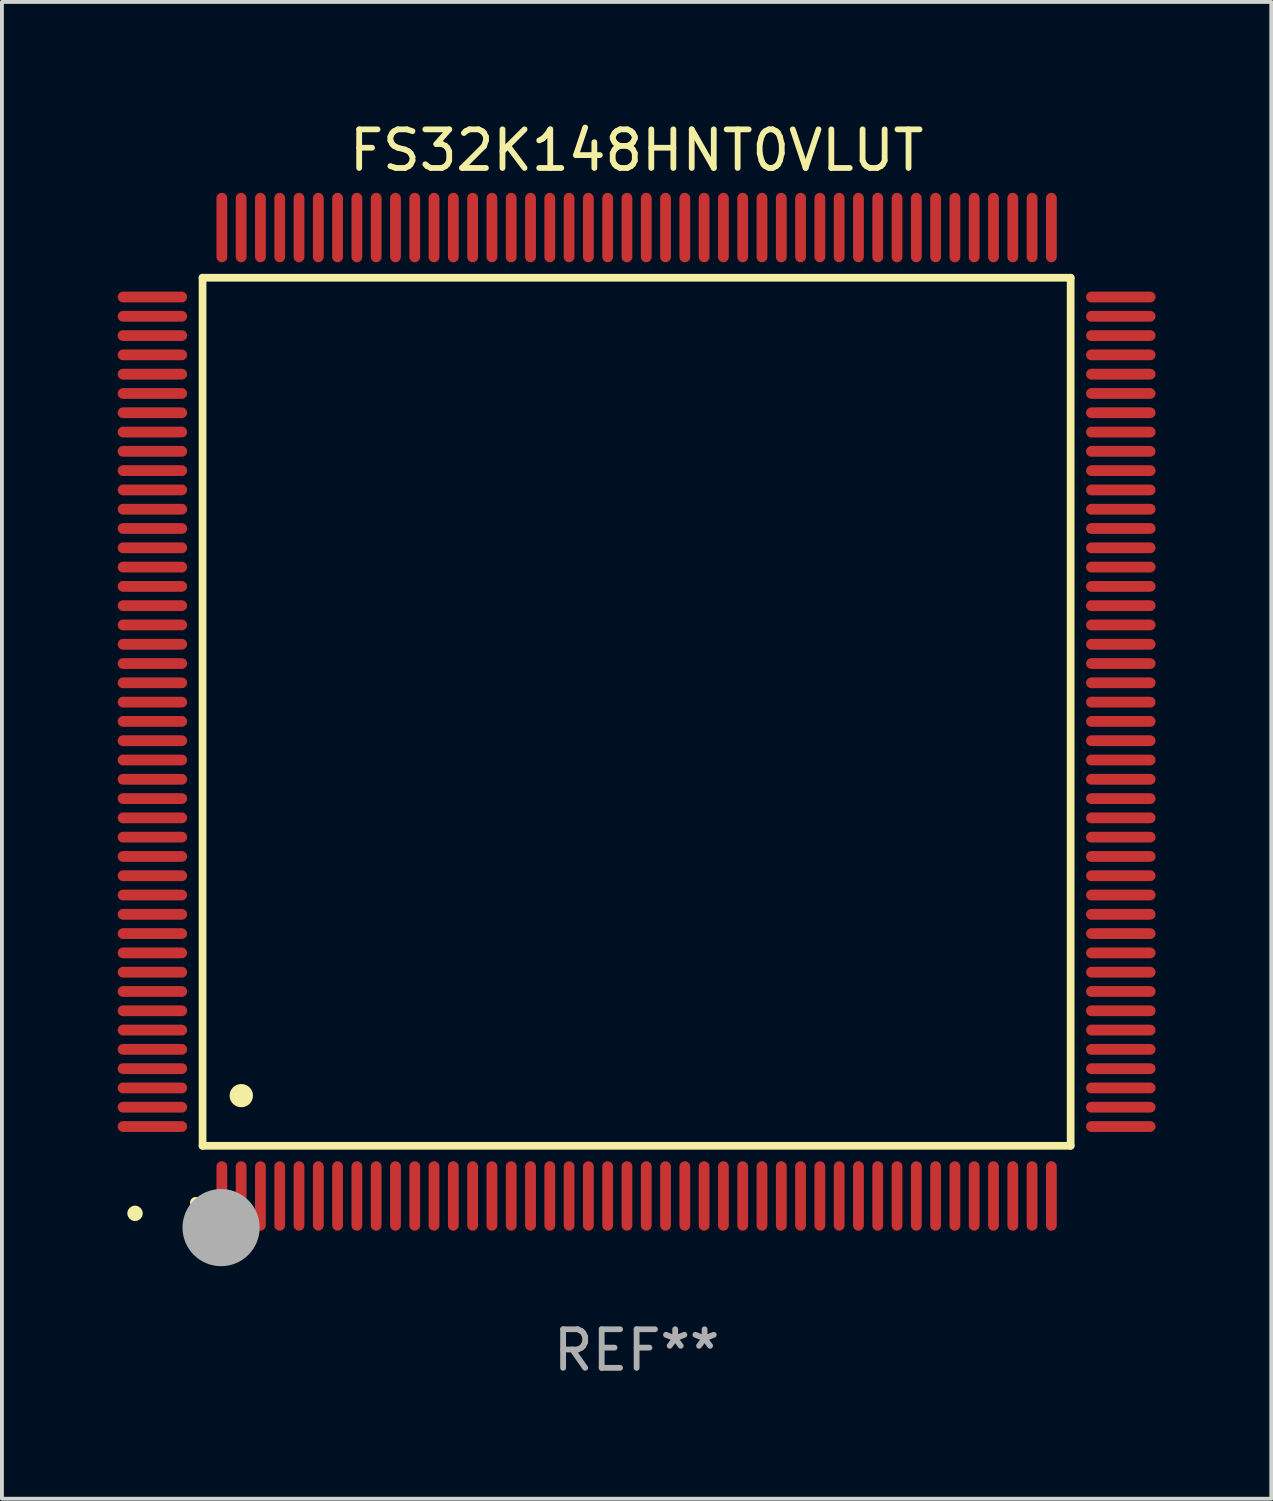
<source format=kicad_pcb>
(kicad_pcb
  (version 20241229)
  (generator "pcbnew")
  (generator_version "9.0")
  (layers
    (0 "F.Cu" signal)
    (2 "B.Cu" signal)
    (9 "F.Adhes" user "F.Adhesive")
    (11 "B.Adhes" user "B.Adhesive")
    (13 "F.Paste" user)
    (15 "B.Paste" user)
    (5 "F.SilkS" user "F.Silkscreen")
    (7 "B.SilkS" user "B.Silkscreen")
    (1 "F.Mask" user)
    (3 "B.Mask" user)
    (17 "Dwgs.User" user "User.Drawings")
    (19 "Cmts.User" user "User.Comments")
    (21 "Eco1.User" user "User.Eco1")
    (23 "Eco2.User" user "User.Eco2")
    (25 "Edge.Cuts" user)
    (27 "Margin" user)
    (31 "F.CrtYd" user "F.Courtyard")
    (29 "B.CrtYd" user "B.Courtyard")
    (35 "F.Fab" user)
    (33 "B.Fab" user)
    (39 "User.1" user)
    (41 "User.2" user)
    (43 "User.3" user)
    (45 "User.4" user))
  (footprint "FS32K148HNT0VLUT"
    (layer "F.Cu")
    (at 13.45 15.398)
    (property "Reference" "FS32K148HNT0VLUT" (at 0 -14.55 0) (layer "F.SilkS") (effects (font (size 1 1) (thickness 0.15))))
    (attr through_hole)
    (fp_line (start -11.25 -11.25) (end 11.25 -11.25) (stroke (width 0.2) (type solid)) (layer "F.SilkS"))
    (fp_line (start -11.25 11.25) (end -11.25 -11.25) (stroke (width 0.2) (type solid)) (layer "F.SilkS"))
    (fp_line (start 11.25 -11.25) (end 11.25 11.25) (stroke (width 0.2) (type solid)) (layer "F.SilkS"))
    (fp_line (start 11.25 11.25) (end -11.25 11.25) (stroke (width 0.2) (type solid)) (layer "F.SilkS"))
    (fp_arc (start -11.424943 12.725425) (mid -11.423673 12.72542) (end -11.422403 12.725425) (stroke (width 0.3) (type solid)) (layer "F.SilkS"))
    (fp_arc (start -10.24892 9.9492) (mid -10.24638 9.949189) (end -10.24384 9.9492) (stroke (width 0.6) (type solid)) (layer "F.SilkS"))
    (fp_circle (center -13 13) (end -12.9 13) (stroke (width 0.2) (type solid)) (fill no) (layer "F.SilkS"))
    (fp_circle (center -10.77 13.37) (end -10.27 13.37) (stroke (width 1) (type solid)) (fill no) (layer "F.Fab"))
    (fp_text user "REF**" (at 0 16.55 0) (layer "F.Fab") (effects (font (size 1 1) (thickness 0.15))))
    (pad "1" smd oval (at -10.75 12.55) (size 0.28 1.8) (layers "F.Cu" "F.Mask" "F.Paste"))
    (pad "2" smd oval (at -10.25 12.55) (size 0.28 1.8) (layers "F.Cu" "F.Mask" "F.Paste"))
    (pad "3" smd oval (at -9.75 12.55) (size 0.28 1.8) (layers "F.Cu" "F.Mask" "F.Paste"))
    (pad "4" smd oval (at -9.25 12.55) (size 0.28 1.8) (layers "F.Cu" "F.Mask" "F.Paste"))
    (pad "5" smd oval (at -8.75 12.55) (size 0.28 1.8) (layers "F.Cu" "F.Mask" "F.Paste"))
    (pad "6" smd oval (at -8.25 12.55) (size 0.28 1.8) (layers "F.Cu" "F.Mask" "F.Paste"))
    (pad "7" smd oval (at -7.75 12.55) (size 0.28 1.8) (layers "F.Cu" "F.Mask" "F.Paste"))
    (pad "8" smd oval (at -7.25 12.55) (size 0.28 1.8) (layers "F.Cu" "F.Mask" "F.Paste"))
    (pad "9" smd oval (at -6.75 12.55) (size 0.28 1.8) (layers "F.Cu" "F.Mask" "F.Paste"))
    (pad "10" smd oval (at -6.25 12.55) (size 0.28 1.8) (layers "F.Cu" "F.Mask" "F.Paste"))
    (pad "11" smd oval (at -5.75 12.55) (size 0.28 1.8) (layers "F.Cu" "F.Mask" "F.Paste"))
    (pad "12" smd oval (at -5.25 12.55) (size 0.28 1.8) (layers "F.Cu" "F.Mask" "F.Paste"))
    (pad "13" smd oval (at -4.75 12.55) (size 0.28 1.8) (layers "F.Cu" "F.Mask" "F.Paste"))
    (pad "14" smd oval (at -4.25 12.55) (size 0.28 1.8) (layers "F.Cu" "F.Mask" "F.Paste"))
    (pad "15" smd oval (at -3.75 12.55) (size 0.28 1.8) (layers "F.Cu" "F.Mask" "F.Paste"))
    (pad "16" smd oval (at -3.25 12.55) (size 0.28 1.8) (layers "F.Cu" "F.Mask" "F.Paste"))
    (pad "17" smd oval (at -2.75 12.55) (size 0.28 1.8) (layers "F.Cu" "F.Mask" "F.Paste"))
    (pad "18" smd oval (at -2.25 12.55) (size 0.28 1.8) (layers "F.Cu" "F.Mask" "F.Paste"))
    (pad "19" smd oval (at -1.75 12.55) (size 0.28 1.8) (layers "F.Cu" "F.Mask" "F.Paste"))
    (pad "20" smd oval (at -1.25 12.55) (size 0.28 1.8) (layers "F.Cu" "F.Mask" "F.Paste"))
    (pad "21" smd oval (at -0.75 12.55) (size 0.28 1.8) (layers "F.Cu" "F.Mask" "F.Paste"))
    (pad "22" smd oval (at -0.25 12.55) (size 0.28 1.8) (layers "F.Cu" "F.Mask" "F.Paste"))
    (pad "23" smd oval (at 0.25 12.55) (size 0.28 1.8) (layers "F.Cu" "F.Mask" "F.Paste"))
    (pad "24" smd oval (at 0.75 12.55) (size 0.28 1.8) (layers "F.Cu" "F.Mask" "F.Paste"))
    (pad "25" smd oval (at 1.25 12.55) (size 0.28 1.8) (layers "F.Cu" "F.Mask" "F.Paste"))
    (pad "26" smd oval (at 1.75 12.55) (size 0.28 1.8) (layers "F.Cu" "F.Mask" "F.Paste"))
    (pad "27" smd oval (at 2.25 12.55) (size 0.28 1.8) (layers "F.Cu" "F.Mask" "F.Paste"))
    (pad "28" smd oval (at 2.75 12.55) (size 0.28 1.8) (layers "F.Cu" "F.Mask" "F.Paste"))
    (pad "29" smd oval (at 3.25 12.55) (size 0.28 1.8) (layers "F.Cu" "F.Mask" "F.Paste"))
    (pad "30" smd oval (at 3.75 12.55) (size 0.28 1.8) (layers "F.Cu" "F.Mask" "F.Paste"))
    (pad "31" smd oval (at 4.25 12.55) (size 0.28 1.8) (layers "F.Cu" "F.Mask" "F.Paste"))
    (pad "32" smd oval (at 4.75 12.55) (size 0.28 1.8) (layers "F.Cu" "F.Mask" "F.Paste"))
    (pad "33" smd oval (at 5.25 12.55) (size 0.28 1.8) (layers "F.Cu" "F.Mask" "F.Paste"))
    (pad "34" smd oval (at 5.75 12.55) (size 0.28 1.8) (layers "F.Cu" "F.Mask" "F.Paste"))
    (pad "35" smd oval (at 6.25 12.55) (size 0.28 1.8) (layers "F.Cu" "F.Mask" "F.Paste"))
    (pad "36" smd oval (at 6.75 12.55) (size 0.28 1.8) (layers "F.Cu" "F.Mask" "F.Paste"))
    (pad "37" smd oval (at 7.25 12.55) (size 0.28 1.8) (layers "F.Cu" "F.Mask" "F.Paste"))
    (pad "38" smd oval (at 7.75 12.55) (size 0.28 1.8) (layers "F.Cu" "F.Mask" "F.Paste"))
    (pad "39" smd oval (at 8.25 12.55) (size 0.28 1.8) (layers "F.Cu" "F.Mask" "F.Paste"))
    (pad "40" smd oval (at 8.75 12.55) (size 0.28 1.8) (layers "F.Cu" "F.Mask" "F.Paste"))
    (pad "41" smd oval (at 9.25 12.55) (size 0.28 1.8) (layers "F.Cu" "F.Mask" "F.Paste"))
    (pad "42" smd oval (at 9.75 12.55) (size 0.28 1.8) (layers "F.Cu" "F.Mask" "F.Paste"))
    (pad "43" smd oval (at 10.25 12.55) (size 0.28 1.8) (layers "F.Cu" "F.Mask" "F.Paste"))
    (pad "44" smd oval (at 10.75 12.55) (size 0.28 1.8) (layers "F.Cu" "F.Mask" "F.Paste"))
    (pad "45" smd oval (at 12.55 10.75) (size 1.8 0.28) (layers "F.Cu" "F.Mask" "F.Paste"))
    (pad "46" smd oval (at 12.55 10.25) (size 1.8 0.28) (layers "F.Cu" "F.Mask" "F.Paste"))
    (pad "47" smd oval (at 12.55 9.75) (size 1.8 0.28) (layers "F.Cu" "F.Mask" "F.Paste"))
    (pad "48" smd oval (at 12.55 9.25) (size 1.8 0.28) (layers "F.Cu" "F.Mask" "F.Paste"))
    (pad "49" smd oval (at 12.55 8.75) (size 1.8 0.28) (layers "F.Cu" "F.Mask" "F.Paste"))
    (pad "50" smd oval (at 12.55 8.25) (size 1.8 0.28) (layers "F.Cu" "F.Mask" "F.Paste"))
    (pad "51" smd oval (at 12.55 7.75) (size 1.8 0.28) (layers "F.Cu" "F.Mask" "F.Paste"))
    (pad "52" smd oval (at 12.55 7.25) (size 1.8 0.28) (layers "F.Cu" "F.Mask" "F.Paste"))
    (pad "53" smd oval (at 12.55 6.75) (size 1.8 0.28) (layers "F.Cu" "F.Mask" "F.Paste"))
    (pad "54" smd oval (at 12.55 6.25) (size 1.8 0.28) (layers "F.Cu" "F.Mask" "F.Paste"))
    (pad "55" smd oval (at 12.55 5.75) (size 1.8 0.28) (layers "F.Cu" "F.Mask" "F.Paste"))
    (pad "56" smd oval (at 12.55 5.25) (size 1.8 0.28) (layers "F.Cu" "F.Mask" "F.Paste"))
    (pad "57" smd oval (at 12.55 4.75) (size 1.8 0.28) (layers "F.Cu" "F.Mask" "F.Paste"))
    (pad "58" smd oval (at 12.55 4.25) (size 1.8 0.28) (layers "F.Cu" "F.Mask" "F.Paste"))
    (pad "59" smd oval (at 12.55 3.75) (size 1.8 0.28) (layers "F.Cu" "F.Mask" "F.Paste"))
    (pad "60" smd oval (at 12.55 3.25) (size 1.8 0.28) (layers "F.Cu" "F.Mask" "F.Paste"))
    (pad "61" smd oval (at 12.55 2.75) (size 1.8 0.28) (layers "F.Cu" "F.Mask" "F.Paste"))
    (pad "62" smd oval (at 12.55 2.25) (size 1.8 0.28) (layers "F.Cu" "F.Mask" "F.Paste"))
    (pad "63" smd oval (at 12.55 1.75) (size 1.8 0.28) (layers "F.Cu" "F.Mask" "F.Paste"))
    (pad "64" smd oval (at 12.55 1.25) (size 1.8 0.28) (layers "F.Cu" "F.Mask" "F.Paste"))
    (pad "65" smd oval (at 12.55 0.75) (size 1.8 0.28) (layers "F.Cu" "F.Mask" "F.Paste"))
    (pad "66" smd oval (at 12.55 0.25) (size 1.8 0.28) (layers "F.Cu" "F.Mask" "F.Paste"))
    (pad "67" smd oval (at 12.55 -0.25) (size 1.8 0.28) (layers "F.Cu" "F.Mask" "F.Paste"))
    (pad "68" smd oval (at 12.55 -0.75) (size 1.8 0.28) (layers "F.Cu" "F.Mask" "F.Paste"))
    (pad "69" smd oval (at 12.55 -1.25) (size 1.8 0.28) (layers "F.Cu" "F.Mask" "F.Paste"))
    (pad "70" smd oval (at 12.55 -1.75) (size 1.8 0.28) (layers "F.Cu" "F.Mask" "F.Paste"))
    (pad "71" smd oval (at 12.55 -2.25) (size 1.8 0.28) (layers "F.Cu" "F.Mask" "F.Paste"))
    (pad "72" smd oval (at 12.55 -2.75) (size 1.8 0.28) (layers "F.Cu" "F.Mask" "F.Paste"))
    (pad "73" smd oval (at 12.55 -3.25) (size 1.8 0.28) (layers "F.Cu" "F.Mask" "F.Paste"))
    (pad "74" smd oval (at 12.55 -3.75) (size 1.8 0.28) (layers "F.Cu" "F.Mask" "F.Paste"))
    (pad "75" smd oval (at 12.55 -4.25) (size 1.8 0.28) (layers "F.Cu" "F.Mask" "F.Paste"))
    (pad "76" smd oval (at 12.55 -4.75) (size 1.8 0.28) (layers "F.Cu" "F.Mask" "F.Paste"))
    (pad "77" smd oval (at 12.55 -5.25) (size 1.8 0.28) (layers "F.Cu" "F.Mask" "F.Paste"))
    (pad "78" smd oval (at 12.55 -5.75) (size 1.8 0.28) (layers "F.Cu" "F.Mask" "F.Paste"))
    (pad "79" smd oval (at 12.55 -6.25) (size 1.8 0.28) (layers "F.Cu" "F.Mask" "F.Paste"))
    (pad "80" smd oval (at 12.55 -6.75) (size 1.8 0.28) (layers "F.Cu" "F.Mask" "F.Paste"))
    (pad "81" smd oval (at 12.55 -7.25) (size 1.8 0.28) (layers "F.Cu" "F.Mask" "F.Paste"))
    (pad "82" smd oval (at 12.55 -7.75) (size 1.8 0.28) (layers "F.Cu" "F.Mask" "F.Paste"))
    (pad "83" smd oval (at 12.55 -8.25) (size 1.8 0.28) (layers "F.Cu" "F.Mask" "F.Paste"))
    (pad "84" smd oval (at 12.55 -8.75) (size 1.8 0.28) (layers "F.Cu" "F.Mask" "F.Paste"))
    (pad "85" smd oval (at 12.55 -9.25) (size 1.8 0.28) (layers "F.Cu" "F.Mask" "F.Paste"))
    (pad "86" smd oval (at 12.55 -9.75) (size 1.8 0.28) (layers "F.Cu" "F.Mask" "F.Paste"))
    (pad "87" smd oval (at 12.55 -10.25) (size 1.8 0.28) (layers "F.Cu" "F.Mask" "F.Paste"))
    (pad "88" smd oval (at 12.55 -10.75) (size 1.8 0.28) (layers "F.Cu" "F.Mask" "F.Paste"))
    (pad "89" smd oval (at 10.75 -12.55) (size 0.28 1.8) (layers "F.Cu" "F.Mask" "F.Paste"))
    (pad "90" smd oval (at 10.25 -12.55) (size 0.28 1.8) (layers "F.Cu" "F.Mask" "F.Paste"))
    (pad "91" smd oval (at 9.75 -12.55) (size 0.28 1.8) (layers "F.Cu" "F.Mask" "F.Paste"))
    (pad "92" smd oval (at 9.25 -12.55) (size 0.28 1.8) (layers "F.Cu" "F.Mask" "F.Paste"))
    (pad "93" smd oval (at 8.75 -12.55) (size 0.28 1.8) (layers "F.Cu" "F.Mask" "F.Paste"))
    (pad "94" smd oval (at 8.25 -12.55) (size 0.28 1.8) (layers "F.Cu" "F.Mask" "F.Paste"))
    (pad "95" smd oval (at 7.75 -12.55) (size 0.28 1.8) (layers "F.Cu" "F.Mask" "F.Paste"))
    (pad "96" smd oval (at 7.25 -12.55) (size 0.28 1.8) (layers "F.Cu" "F.Mask" "F.Paste"))
    (pad "97" smd oval (at 6.75 -12.55) (size 0.28 1.8) (layers "F.Cu" "F.Mask" "F.Paste"))
    (pad "98" smd oval (at 6.25 -12.55) (size 0.28 1.8) (layers "F.Cu" "F.Mask" "F.Paste"))
    (pad "99" smd oval (at 5.75 -12.55) (size 0.28 1.8) (layers "F.Cu" "F.Mask" "F.Paste"))
    (pad "100" smd oval (at 5.25 -12.55) (size 0.28 1.8) (layers "F.Cu" "F.Mask" "F.Paste"))
    (pad "101" smd oval (at 4.75 -12.55) (size 0.28 1.8) (layers "F.Cu" "F.Mask" "F.Paste"))
    (pad "102" smd oval (at 4.25 -12.55) (size 0.28 1.8) (layers "F.Cu" "F.Mask" "F.Paste"))
    (pad "103" smd oval (at 3.75 -12.55) (size 0.28 1.8) (layers "F.Cu" "F.Mask" "F.Paste"))
    (pad "104" smd oval (at 3.25 -12.55) (size 0.28 1.8) (layers "F.Cu" "F.Mask" "F.Paste"))
    (pad "105" smd oval (at 2.75 -12.55) (size 0.28 1.8) (layers "F.Cu" "F.Mask" "F.Paste"))
    (pad "106" smd oval (at 2.25 -12.55) (size 0.28 1.8) (layers "F.Cu" "F.Mask" "F.Paste"))
    (pad "107" smd oval (at 1.75 -12.55) (size 0.28 1.8) (layers "F.Cu" "F.Mask" "F.Paste"))
    (pad "108" smd oval (at 1.25 -12.55) (size 0.28 1.8) (layers "F.Cu" "F.Mask" "F.Paste"))
    (pad "109" smd oval (at 0.75 -12.55) (size 0.28 1.8) (layers "F.Cu" "F.Mask" "F.Paste"))
    (pad "110" smd oval (at 0.25 -12.55) (size 0.28 1.8) (layers "F.Cu" "F.Mask" "F.Paste"))
    (pad "111" smd oval (at -0.25 -12.55) (size 0.28 1.8) (layers "F.Cu" "F.Mask" "F.Paste"))
    (pad "112" smd oval (at -0.75 -12.55) (size 0.28 1.8) (layers "F.Cu" "F.Mask" "F.Paste"))
    (pad "113" smd oval (at -1.25 -12.55) (size 0.28 1.8) (layers "F.Cu" "F.Mask" "F.Paste"))
    (pad "114" smd oval (at -1.75 -12.55) (size 0.28 1.8) (layers "F.Cu" "F.Mask" "F.Paste"))
    (pad "115" smd oval (at -2.25 -12.55) (size 0.28 1.8) (layers "F.Cu" "F.Mask" "F.Paste"))
    (pad "116" smd oval (at -2.75 -12.55) (size 0.28 1.8) (layers "F.Cu" "F.Mask" "F.Paste"))
    (pad "117" smd oval (at -3.25 -12.55) (size 0.28 1.8) (layers "F.Cu" "F.Mask" "F.Paste"))
    (pad "118" smd oval (at -3.75 -12.55) (size 0.28 1.8) (layers "F.Cu" "F.Mask" "F.Paste"))
    (pad "119" smd oval (at -4.25 -12.55) (size 0.28 1.8) (layers "F.Cu" "F.Mask" "F.Paste"))
    (pad "120" smd oval (at -4.75 -12.55) (size 0.28 1.8) (layers "F.Cu" "F.Mask" "F.Paste"))
    (pad "121" smd oval (at -5.25 -12.55) (size 0.28 1.8) (layers "F.Cu" "F.Mask" "F.Paste"))
    (pad "122" smd oval (at -5.75 -12.55) (size 0.28 1.8) (layers "F.Cu" "F.Mask" "F.Paste"))
    (pad "123" smd oval (at -6.25 -12.55) (size 0.28 1.8) (layers "F.Cu" "F.Mask" "F.Paste"))
    (pad "124" smd oval (at -6.75 -12.55) (size 0.28 1.8) (layers "F.Cu" "F.Mask" "F.Paste"))
    (pad "125" smd oval (at -7.25 -12.55) (size 0.28 1.8) (layers "F.Cu" "F.Mask" "F.Paste"))
    (pad "126" smd oval (at -7.75 -12.55) (size 0.28 1.8) (layers "F.Cu" "F.Mask" "F.Paste"))
    (pad "127" smd oval (at -8.25 -12.55) (size 0.28 1.8) (layers "F.Cu" "F.Mask" "F.Paste"))
    (pad "128" smd oval (at -8.75 -12.55) (size 0.28 1.8) (layers "F.Cu" "F.Mask" "F.Paste"))
    (pad "129" smd oval (at -9.25 -12.55) (size 0.28 1.8) (layers "F.Cu" "F.Mask" "F.Paste"))
    (pad "130" smd oval (at -9.75 -12.55) (size 0.28 1.8) (layers "F.Cu" "F.Mask" "F.Paste"))
    (pad "131" smd oval (at -10.25 -12.55) (size 0.28 1.8) (layers "F.Cu" "F.Mask" "F.Paste"))
    (pad "132" smd oval (at -10.75 -12.55) (size 0.28 1.8) (layers "F.Cu" "F.Mask" "F.Paste"))
    (pad "133" smd oval (at -12.55 -10.75) (size 1.8 0.28) (layers "F.Cu" "F.Mask" "F.Paste"))
    (pad "134" smd oval (at -12.55 -10.25) (size 1.8 0.28) (layers "F.Cu" "F.Mask" "F.Paste"))
    (pad "135" smd oval (at -12.55 -9.75) (size 1.8 0.28) (layers "F.Cu" "F.Mask" "F.Paste"))
    (pad "136" smd oval (at -12.55 -9.25) (size 1.8 0.28) (layers "F.Cu" "F.Mask" "F.Paste"))
    (pad "137" smd oval (at -12.55 -8.75) (size 1.8 0.28) (layers "F.Cu" "F.Mask" "F.Paste"))
    (pad "138" smd oval (at -12.55 -8.25) (size 1.8 0.28) (layers "F.Cu" "F.Mask" "F.Paste"))
    (pad "139" smd oval (at -12.55 -7.75) (size 1.8 0.28) (layers "F.Cu" "F.Mask" "F.Paste"))
    (pad "140" smd oval (at -12.55 -7.25) (size 1.8 0.28) (layers "F.Cu" "F.Mask" "F.Paste"))
    (pad "141" smd oval (at -12.55 -6.75) (size 1.8 0.28) (layers "F.Cu" "F.Mask" "F.Paste"))
    (pad "142" smd oval (at -12.55 -6.25) (size 1.8 0.28) (layers "F.Cu" "F.Mask" "F.Paste"))
    (pad "143" smd oval (at -12.55 -5.75) (size 1.8 0.28) (layers "F.Cu" "F.Mask" "F.Paste"))
    (pad "144" smd oval (at -12.55 -5.25) (size 1.8 0.28) (layers "F.Cu" "F.Mask" "F.Paste"))
    (pad "145" smd oval (at -12.55 -4.75) (size 1.8 0.28) (layers "F.Cu" "F.Mask" "F.Paste"))
    (pad "146" smd oval (at -12.55 -4.25) (size 1.8 0.28) (layers "F.Cu" "F.Mask" "F.Paste"))
    (pad "147" smd oval (at -12.55 -3.75) (size 1.8 0.28) (layers "F.Cu" "F.Mask" "F.Paste"))
    (pad "148" smd oval (at -12.55 -3.25) (size 1.8 0.28) (layers "F.Cu" "F.Mask" "F.Paste"))
    (pad "149" smd oval (at -12.55 -2.75) (size 1.8 0.28) (layers "F.Cu" "F.Mask" "F.Paste"))
    (pad "150" smd oval (at -12.55 -2.25) (size 1.8 0.28) (layers "F.Cu" "F.Mask" "F.Paste"))
    (pad "151" smd oval (at -12.55 -1.75) (size 1.8 0.28) (layers "F.Cu" "F.Mask" "F.Paste"))
    (pad "152" smd oval (at -12.55 -1.25) (size 1.8 0.28) (layers "F.Cu" "F.Mask" "F.Paste"))
    (pad "153" smd oval (at -12.55 -0.75) (size 1.8 0.28) (layers "F.Cu" "F.Mask" "F.Paste"))
    (pad "154" smd oval (at -12.55 -0.25) (size 1.8 0.28) (layers "F.Cu" "F.Mask" "F.Paste"))
    (pad "155" smd oval (at -12.55 0.25) (size 1.8 0.28) (layers "F.Cu" "F.Mask" "F.Paste"))
    (pad "156" smd oval (at -12.55 0.75) (size 1.8 0.28) (layers "F.Cu" "F.Mask" "F.Paste"))
    (pad "157" smd oval (at -12.55 1.25) (size 1.8 0.28) (layers "F.Cu" "F.Mask" "F.Paste"))
    (pad "158" smd oval (at -12.55 1.75) (size 1.8 0.28) (layers "F.Cu" "F.Mask" "F.Paste"))
    (pad "159" smd oval (at -12.55 2.25) (size 1.8 0.28) (layers "F.Cu" "F.Mask" "F.Paste"))
    (pad "160" smd oval (at -12.55 2.75) (size 1.8 0.28) (layers "F.Cu" "F.Mask" "F.Paste"))
    (pad "161" smd oval (at -12.55 3.25) (size 1.8 0.28) (layers "F.Cu" "F.Mask" "F.Paste"))
    (pad "162" smd oval (at -12.55 3.75) (size 1.8 0.28) (layers "F.Cu" "F.Mask" "F.Paste"))
    (pad "163" smd oval (at -12.55 4.25) (size 1.8 0.28) (layers "F.Cu" "F.Mask" "F.Paste"))
    (pad "164" smd oval (at -12.55 4.75) (size 1.8 0.28) (layers "F.Cu" "F.Mask" "F.Paste"))
    (pad "165" smd oval (at -12.55 5.25) (size 1.8 0.28) (layers "F.Cu" "F.Mask" "F.Paste"))
    (pad "166" smd oval (at -12.55 5.75) (size 1.8 0.28) (layers "F.Cu" "F.Mask" "F.Paste"))
    (pad "167" smd oval (at -12.55 6.25) (size 1.8 0.28) (layers "F.Cu" "F.Mask" "F.Paste"))
    (pad "168" smd oval (at -12.55 6.75) (size 1.8 0.28) (layers "F.Cu" "F.Mask" "F.Paste"))
    (pad "169" smd oval (at -12.55 7.25) (size 1.8 0.28) (layers "F.Cu" "F.Mask" "F.Paste"))
    (pad "170" smd oval (at -12.55 7.75) (size 1.8 0.28) (layers "F.Cu" "F.Mask" "F.Paste"))
    (pad "171" smd oval (at -12.55 8.25) (size 1.8 0.28) (layers "F.Cu" "F.Mask" "F.Paste"))
    (pad "172" smd oval (at -12.55 8.75) (size 1.8 0.28) (layers "F.Cu" "F.Mask" "F.Paste"))
    (pad "173" smd oval (at -12.55 9.25) (size 1.8 0.28) (layers "F.Cu" "F.Mask" "F.Paste"))
    (pad "174" smd oval (at -12.55 9.75) (size 1.8 0.28) (layers "F.Cu" "F.Mask" "F.Paste"))
    (pad "175" smd oval (at -12.55 10.25) (size 1.8 0.28) (layers "F.Cu" "F.Mask" "F.Paste"))
    (pad "176" smd oval (at -12.55 10.75) (size 1.8 0.28) (layers "F.Cu" "F.Mask" "F.Paste")))
  (gr_rect
    (start -3 -3)
    (end 29.9 35.796)
    (stroke (width 0.1) (type default))
    (fill no)
    (layer "Edge.Cuts")))
</source>
